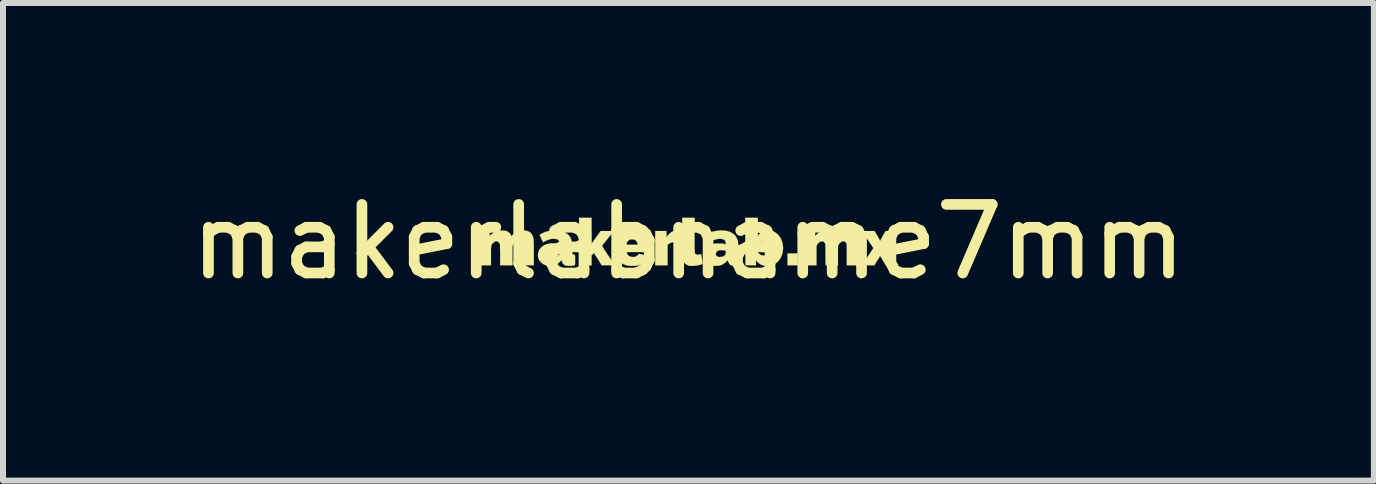
<source format=kicad_pcb>
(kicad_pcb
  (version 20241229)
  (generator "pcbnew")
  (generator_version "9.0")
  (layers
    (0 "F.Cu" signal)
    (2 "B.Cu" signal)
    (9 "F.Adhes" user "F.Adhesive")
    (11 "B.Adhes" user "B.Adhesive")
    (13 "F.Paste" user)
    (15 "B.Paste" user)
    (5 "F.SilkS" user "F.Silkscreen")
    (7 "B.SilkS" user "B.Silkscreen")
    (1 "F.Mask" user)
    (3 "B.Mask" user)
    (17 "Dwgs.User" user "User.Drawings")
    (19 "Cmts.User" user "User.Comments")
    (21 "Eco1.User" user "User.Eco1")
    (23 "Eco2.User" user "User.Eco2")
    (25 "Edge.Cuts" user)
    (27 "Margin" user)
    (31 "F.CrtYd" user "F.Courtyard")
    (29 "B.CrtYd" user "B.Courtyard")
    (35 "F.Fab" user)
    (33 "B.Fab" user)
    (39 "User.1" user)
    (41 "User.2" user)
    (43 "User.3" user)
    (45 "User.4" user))
  (footprint "makerlabname7mm"
    (layer "F.Cu")
    (at 8.426 0.981)
    (property "Reference" "makerlabname7mm" (at 0 0 0) (layer "F.SilkS") (effects (font (size 1.143 1.143) (thickness 0.178))))
    (attr through_hole)
    (fp_poly (pts (xy 1.821 0.391) (xy 1.737 0.391) (xy 1.651 0.391) (xy 1.651 0.292) (xy 1.651 0.193) (xy 1.737 0.193) (xy 1.821 0.193) (xy 1.821 0.292) (xy 1.821 0.391)) (stroke (width 0.003) (type solid)) (fill yes) (layer "F.SilkS"))
    (fp_poly (pts (xy -0.168 -0.005) (xy -0.201 -0.003) (xy -0.239 0.003) (xy -0.272 0.01) (xy -0.3 0.018) (xy -0.323 0.03) (xy -0.338 0.041) (xy -0.348 0.051) (xy -0.348 0.221) (xy -0.348 0.391) (xy -0.452 0.391) (xy -0.554 0.391) (xy -0.554 0.104) (xy -0.554 -0.18) (xy -0.46 -0.18) (xy -0.368 -0.18) (xy -0.366 -0.127) (xy -0.366 -0.074) (xy -0.351 -0.099) (xy -0.325 -0.127) (xy -0.3 -0.152) (xy -0.269 -0.17) (xy -0.236 -0.183) (xy -0.216 -0.188) (xy -0.201 -0.191) (xy -0.188 -0.191) (xy -0.178 -0.191) (xy -0.168 -0.188) (xy -0.168 -0.097) (xy -0.168 -0.005)) (stroke (width 0.003) (type solid)) (fill yes) (layer "F.SilkS"))
    (fp_poly (pts (xy -1.227 0.391) (xy -1.336 0.391) (xy -1.448 0.391) (xy -1.506 0.292) (xy -1.521 0.269) (xy -1.537 0.246) (xy -1.549 0.226) (xy -1.56 0.211) (xy -1.567 0.198) (xy -1.57 0.191) (xy -1.572 0.188) (xy -1.575 0.188) (xy -1.58 0.191) (xy -1.59 0.201) (xy -1.595 0.206) (xy -1.615 0.226) (xy -1.615 0.31) (xy -1.615 0.391) (xy -1.72 0.391) (xy -1.821 0.391) (xy -1.821 -0.005) (xy -1.824 -0.401) (xy -1.72 -0.401) (xy -1.615 -0.401) (xy -1.615 -0.185) (xy -1.613 0.028) (xy -1.539 -0.076) (xy -1.463 -0.18) (xy -1.356 -0.18) (xy -1.328 -0.18) (xy -1.306 -0.18) (xy -1.283 -0.18) (xy -1.267 -0.18) (xy -1.255 -0.18) (xy -1.25 -0.178) (xy -1.252 -0.175) (xy -1.257 -0.168) (xy -1.267 -0.155) (xy -1.28 -0.137) (xy -1.295 -0.117) (xy -1.313 -0.094) (xy -1.333 -0.069) (xy -1.344 -0.056) (xy -1.364 -0.03) (xy -1.382 -0.008) (xy -1.4 0.015) (xy -1.415 0.033) (xy -1.425 0.048) (xy -1.435 0.061) (xy -1.44 0.066) (xy -1.44 0.069) (xy -1.438 0.071) (xy -1.433 0.081) (xy -1.425 0.094) (xy -1.412 0.112) (xy -1.4 0.135) (xy -1.382 0.16) (xy -1.364 0.188) (xy -1.344 0.218) (xy -1.336 0.231) (xy -1.227 0.391)) (stroke (width 0.003) (type solid)) (fill yes) (layer "F.SilkS"))
    (fp_poly (pts (xy 0.234 0.358) (xy 0.231 0.366) (xy 0.226 0.371) (xy 0.221 0.373) (xy 0.211 0.378) (xy 0.198 0.381) (xy 0.196 0.381) (xy 0.163 0.391) (xy 0.127 0.396) (xy 0.091 0.401) (xy 0.058 0.401) (xy 0.028 0.401) (xy 0.015 0.399) (xy -0.003 0.394) (xy -0.025 0.384) (xy -0.043 0.373) (xy -0.053 0.368) (xy -0.069 0.351) (xy -0.084 0.33) (xy -0.097 0.305) (xy -0.097 0.302) (xy -0.097 0.297) (xy -0.099 0.295) (xy -0.099 0.29) (xy -0.102 0.282) (xy -0.102 0.274) (xy -0.102 0.264) (xy -0.102 0.251) (xy -0.102 0.234) (xy -0.104 0.213) (xy -0.104 0.191) (xy -0.104 0.16) (xy -0.104 0.127) (xy -0.104 0.086) (xy -0.104 0.043) (xy -0.104 -0.01) (xy -0.104 -0.058) (xy -0.104 -0.401) (xy 0 -0.401) (xy 0.104 -0.401) (xy 0.102 -0.119) (xy 0.102 -0.058) (xy 0.102 -0.003) (xy 0.102 0.046) (xy 0.102 0.086) (xy 0.102 0.119) (xy 0.104 0.145) (xy 0.104 0.163) (xy 0.104 0.175) (xy 0.104 0.178) (xy 0.112 0.196) (xy 0.124 0.208) (xy 0.142 0.213) (xy 0.163 0.216) (xy 0.178 0.211) (xy 0.191 0.208) (xy 0.201 0.206) (xy 0.206 0.206) (xy 0.208 0.206) (xy 0.211 0.211) (xy 0.213 0.218) (xy 0.216 0.234) (xy 0.218 0.251) (xy 0.224 0.277) (xy 0.224 0.284) (xy 0.229 0.31) (xy 0.231 0.33) (xy 0.234 0.345) (xy 0.234 0.358)) (stroke (width 0.003) (type solid)) (fill yes) (layer "F.SilkS"))
    (fp_poly (pts (xy 1.577 0.109) (xy 1.575 0.142) (xy 1.567 0.185) (xy 1.557 0.226) (xy 1.539 0.262) (xy 1.521 0.292) (xy 1.496 0.323) (xy 1.471 0.348) (xy 1.44 0.368) (xy 1.427 0.376) (xy 1.41 0.384) (xy 1.389 0.391) (xy 1.374 0.396) (xy 1.369 0.396) (xy 1.364 0.396) (xy 1.364 0.109) (xy 1.364 0.094) (xy 1.361 0.081) (xy 1.359 0.071) (xy 1.356 0.061) (xy 1.351 0.051) (xy 1.341 0.03) (xy 1.331 0.015) (xy 1.318 0.003) (xy 1.303 -0.005) (xy 1.28 -0.013) (xy 1.257 -0.015) (xy 1.234 -0.01) (xy 1.212 0) (xy 1.189 0.018) (xy 1.171 0.041) (xy 1.168 0.041) (xy 1.156 0.064) (xy 1.156 0.117) (xy 1.156 0.173) (xy 1.171 0.191) (xy 1.189 0.208) (xy 1.212 0.221) (xy 1.237 0.226) (xy 1.252 0.229) (xy 1.267 0.226) (xy 1.283 0.224) (xy 1.293 0.224) (xy 1.313 0.213) (xy 1.331 0.198) (xy 1.346 0.178) (xy 1.354 0.168) (xy 1.359 0.157) (xy 1.361 0.147) (xy 1.361 0.137) (xy 1.364 0.122) (xy 1.364 0.109) (xy 1.364 0.396) (xy 1.344 0.401) (xy 1.313 0.401) (xy 1.283 0.401) (xy 1.255 0.396) (xy 1.247 0.394) (xy 1.212 0.381) (xy 1.181 0.363) (xy 1.153 0.338) (xy 1.135 0.318) (xy 1.125 0.305) (xy 1.125 0.348) (xy 1.125 0.391) (xy 1.036 0.391) (xy 0.95 0.391) (xy 0.947 -0.005) (xy 0.947 -0.401) (xy 1.052 -0.401) (xy 1.156 -0.401) (xy 1.156 -0.249) (xy 1.156 -0.097) (xy 1.168 -0.117) (xy 1.191 -0.14) (xy 1.217 -0.16) (xy 1.25 -0.175) (xy 1.278 -0.185) (xy 1.295 -0.188) (xy 1.318 -0.188) (xy 1.344 -0.188) (xy 1.367 -0.188) (xy 1.384 -0.183) (xy 1.389 -0.183) (xy 1.425 -0.17) (xy 1.458 -0.15) (xy 1.488 -0.124) (xy 1.514 -0.094) (xy 1.537 -0.061) (xy 1.554 -0.023) (xy 1.567 0.02) (xy 1.575 0.064) (xy 1.577 0.109)) (stroke (width 0.003) (type solid)) (fill yes) (layer "F.SilkS"))
    (fp_poly (pts (xy -2.578 0.391) (xy -2.682 0.391) (xy -2.784 0.391) (xy -2.784 0.218) (xy -2.784 0.17) (xy -2.786 0.132) (xy -2.786 0.099) (xy -2.786 0.074) (xy -2.786 0.053) (xy -2.789 0.041) (xy -2.789 0.033) (xy -2.797 0.015) (xy -2.809 0.003) (xy -2.824 -0.008) (xy -2.842 -0.01) (xy -2.85 -0.01) (xy -2.87 -0.003) (xy -2.891 0.013) (xy -2.908 0.028) (xy -2.924 0.048) (xy -2.924 0.051) (xy -2.934 0.069) (xy -2.934 0.229) (xy -2.934 0.391) (xy -3.035 0.391) (xy -3.139 0.391) (xy -3.139 0.216) (xy -3.142 0.041) (xy -3.15 0.025) (xy -3.162 0.008) (xy -3.178 -0.005) (xy -3.193 -0.01) (xy -3.213 -0.008) (xy -3.231 0) (xy -3.251 0.015) (xy -3.256 0.018) (xy -3.264 0.028) (xy -3.272 0.033) (xy -3.277 0.041) (xy -3.282 0.048) (xy -3.284 0.056) (xy -3.287 0.066) (xy -3.289 0.079) (xy -3.289 0.094) (xy -3.292 0.114) (xy -3.292 0.14) (xy -3.292 0.17) (xy -3.292 0.206) (xy -3.292 0.231) (xy -3.292 0.391) (xy -3.396 0.391) (xy -3.498 0.394) (xy -3.498 0.107) (xy -3.498 -0.18) (xy -3.406 -0.18) (xy -3.315 -0.18) (xy -3.315 -0.14) (xy -3.315 -0.099) (xy -3.289 -0.122) (xy -3.259 -0.147) (xy -3.226 -0.165) (xy -3.19 -0.18) (xy -3.147 -0.185) (xy -3.109 -0.188) (xy -3.078 -0.188) (xy -3.053 -0.185) (xy -3.03 -0.178) (xy -3.01 -0.168) (xy -3 -0.16) (xy -2.99 -0.152) (xy -2.977 -0.14) (xy -2.967 -0.127) (xy -2.959 -0.114) (xy -2.954 -0.104) (xy -2.951 -0.099) (xy -2.949 -0.094) (xy -2.944 -0.097) (xy -2.941 -0.102) (xy -2.934 -0.112) (xy -2.924 -0.122) (xy -2.911 -0.132) (xy -2.898 -0.142) (xy -2.885 -0.152) (xy -2.878 -0.157) (xy -2.84 -0.173) (xy -2.799 -0.185) (xy -2.756 -0.191) (xy -2.718 -0.188) (xy -2.685 -0.18) (xy -2.657 -0.168) (xy -2.631 -0.15) (xy -2.611 -0.124) (xy -2.601 -0.107) (xy -2.598 -0.097) (xy -2.593 -0.089) (xy -2.591 -0.079) (xy -2.588 -0.069) (xy -2.586 -0.058) (xy -2.583 -0.043) (xy -2.581 -0.028) (xy -2.581 -0.008) (xy -2.581 0.015) (xy -2.578 0.043) (xy -2.578 0.076) (xy -2.578 0.114) (xy -2.578 0.157) (xy -2.578 0.183) (xy -2.578 0.391)) (stroke (width 0.003) (type solid)) (fill yes) (layer "F.SilkS"))
    (fp_poly (pts (xy -0.625 0.112) (xy -0.625 0.13) (xy -0.625 0.145) (xy -0.627 0.157) (xy -0.627 0.165) (xy -0.63 0.168) (xy -0.638 0.168) (xy -0.648 0.168) (xy -0.663 0.17) (xy -0.686 0.17) (xy -0.711 0.17) (xy -0.744 0.17) (xy -0.782 0.17) (xy -0.828 0.17) (xy -0.831 0.17) (xy -0.848 0.17) (xy -0.848 0.048) (xy -0.848 0.038) (xy -0.851 0.025) (xy -0.856 0.01) (xy -0.864 -0.005) (xy -0.871 -0.015) (xy -0.886 -0.028) (xy -0.904 -0.038) (xy -0.925 -0.041) (xy -0.94 -0.041) (xy -0.958 -0.041) (xy -0.97 -0.038) (xy -0.98 -0.036) (xy -0.983 -0.033) (xy -0.998 -0.023) (xy -1.013 -0.008) (xy -1.024 0.01) (xy -1.031 0.028) (xy -1.031 0.038) (xy -1.031 0.048) (xy -0.94 0.048) (xy -0.848 0.048) (xy -0.848 0.17) (xy -0.874 0.17) (xy -0.909 0.17) (xy -0.94 0.17) (xy -0.965 0.17) (xy -0.986 0.17) (xy -1.001 0.17) (xy -1.013 0.173) (xy -1.021 0.173) (xy -1.026 0.175) (xy -1.029 0.178) (xy -1.029 0.18) (xy -1.029 0.185) (xy -1.026 0.191) (xy -1.024 0.196) (xy -1.013 0.216) (xy -0.998 0.231) (xy -0.978 0.244) (xy -0.953 0.251) (xy -0.935 0.251) (xy -0.917 0.254) (xy -0.904 0.251) (xy -0.892 0.249) (xy -0.881 0.246) (xy -0.869 0.239) (xy -0.853 0.229) (xy -0.841 0.218) (xy -0.833 0.208) (xy -0.828 0.203) (xy -0.828 0.201) (xy -0.823 0.201) (xy -0.815 0.203) (xy -0.805 0.206) (xy -0.787 0.208) (xy -0.767 0.213) (xy -0.739 0.221) (xy -0.653 0.246) (xy -0.658 0.257) (xy -0.676 0.287) (xy -0.701 0.312) (xy -0.732 0.338) (xy -0.765 0.361) (xy -0.8 0.378) (xy -0.838 0.391) (xy -0.859 0.396) (xy -0.884 0.399) (xy -0.912 0.401) (xy -0.942 0.401) (xy -0.97 0.401) (xy -0.996 0.399) (xy -1.011 0.396) (xy -1.057 0.384) (xy -1.097 0.366) (xy -1.135 0.343) (xy -1.168 0.315) (xy -1.196 0.282) (xy -1.217 0.246) (xy -1.234 0.206) (xy -1.245 0.163) (xy -1.25 0.117) (xy -1.247 0.091) (xy -1.242 0.043) (xy -1.229 -0.003) (xy -1.212 -0.043) (xy -1.186 -0.079) (xy -1.158 -0.112) (xy -1.125 -0.137) (xy -1.085 -0.16) (xy -1.044 -0.175) (xy -0.996 -0.185) (xy -0.973 -0.188) (xy -0.919 -0.191) (xy -0.871 -0.185) (xy -0.826 -0.173) (xy -0.785 -0.157) (xy -0.747 -0.135) (xy -0.714 -0.109) (xy -0.683 -0.076) (xy -0.66 -0.041) (xy -0.643 0.003) (xy -0.632 0.028) (xy -0.63 0.043) (xy -0.627 0.058) (xy -0.625 0.074) (xy -0.625 0.091) (xy -0.625 0.112)) (stroke (width 0.003) (type solid)) (fill yes) (layer "F.SilkS"))
    (fp_poly (pts (xy 3.498 0.389) (xy 3.495 0.389) (xy 3.485 0.391) (xy 3.47 0.391) (xy 3.449 0.391) (xy 3.426 0.391) (xy 3.401 0.391) (xy 3.393 0.391) (xy 3.289 0.389) (xy 3.249 0.325) (xy 3.236 0.305) (xy 3.226 0.284) (xy 3.216 0.267) (xy 3.205 0.254) (xy 3.203 0.246) (xy 3.2 0.244) (xy 3.195 0.231) (xy 3.185 0.246) (xy 3.183 0.254) (xy 3.175 0.269) (xy 3.165 0.284) (xy 3.152 0.305) (xy 3.139 0.325) (xy 3.137 0.328) (xy 3.099 0.391) (xy 2.995 0.391) (xy 2.967 0.391) (xy 2.944 0.391) (xy 2.924 0.391) (xy 2.906 0.391) (xy 2.896 0.391) (xy 2.891 0.389) (xy 2.891 0.386) (xy 2.898 0.378) (xy 2.906 0.363) (xy 2.918 0.348) (xy 2.934 0.325) (xy 2.949 0.302) (xy 2.967 0.274) (xy 2.987 0.249) (xy 3.01 0.213) (xy 3.033 0.18) (xy 3.048 0.155) (xy 3.063 0.135) (xy 3.073 0.117) (xy 3.078 0.107) (xy 3.081 0.102) (xy 3.078 0.099) (xy 3.071 0.089) (xy 3.063 0.074) (xy 3.051 0.056) (xy 3.035 0.036) (xy 3.02 0.01) (xy 3.002 -0.018) (xy 2.985 -0.041) (xy 2.967 -0.069) (xy 2.949 -0.094) (xy 2.934 -0.119) (xy 2.918 -0.14) (xy 2.908 -0.157) (xy 2.901 -0.17) (xy 2.896 -0.178) (xy 2.893 -0.18) (xy 2.898 -0.18) (xy 2.906 -0.18) (xy 2.921 -0.18) (xy 2.941 -0.18) (xy 2.964 -0.18) (xy 2.992 -0.18) (xy 2.997 -0.18) (xy 3.101 -0.18) (xy 3.119 -0.15) (xy 3.127 -0.137) (xy 3.137 -0.119) (xy 3.15 -0.099) (xy 3.162 -0.079) (xy 3.165 -0.069) (xy 3.195 -0.018) (xy 3.203 -0.03) (xy 3.205 -0.038) (xy 3.213 -0.051) (xy 3.221 -0.066) (xy 3.231 -0.086) (xy 3.244 -0.107) (xy 3.246 -0.112) (xy 3.287 -0.18) (xy 3.391 -0.18) (xy 3.416 -0.18) (xy 3.442 -0.18) (xy 3.462 -0.18) (xy 3.477 -0.18) (xy 3.49 -0.18) (xy 3.495 -0.18) (xy 3.493 -0.175) (xy 3.487 -0.168) (xy 3.477 -0.155) (xy 3.467 -0.137) (xy 3.452 -0.114) (xy 3.437 -0.091) (xy 3.419 -0.064) (xy 3.401 -0.036) (xy 3.378 -0.005) (xy 3.36 0.025) (xy 3.345 0.051) (xy 3.33 0.071) (xy 3.32 0.089) (xy 3.312 0.102) (xy 3.31 0.109) (xy 3.312 0.114) (xy 3.317 0.122) (xy 3.327 0.137) (xy 3.34 0.155) (xy 3.353 0.175) (xy 3.371 0.201) (xy 3.388 0.226) (xy 3.404 0.251) (xy 3.424 0.279) (xy 3.442 0.305) (xy 3.457 0.328) (xy 3.472 0.348) (xy 3.482 0.366) (xy 3.493 0.378) (xy 3.498 0.386) (xy 3.498 0.389)) (stroke (width 0.003) (type solid)) (fill yes) (layer "F.SilkS"))
    (fp_poly (pts (xy 2.847 0.391) (xy 2.743 0.391) (xy 2.639 0.391) (xy 2.639 0.218) (xy 2.639 0.17) (xy 2.639 0.132) (xy 2.639 0.099) (xy 2.639 0.074) (xy 2.639 0.053) (xy 2.637 0.041) (xy 2.637 0.033) (xy 2.626 0.015) (xy 2.614 0.003) (xy 2.598 -0.008) (xy 2.583 -0.01) (xy 2.573 -0.01) (xy 2.555 -0.003) (xy 2.535 0.01) (xy 2.517 0.028) (xy 2.502 0.046) (xy 2.499 0.053) (xy 2.497 0.056) (xy 2.497 0.061) (xy 2.494 0.064) (xy 2.494 0.071) (xy 2.492 0.079) (xy 2.492 0.091) (xy 2.492 0.107) (xy 2.492 0.127) (xy 2.492 0.152) (xy 2.492 0.183) (xy 2.492 0.218) (xy 2.492 0.229) (xy 2.492 0.391) (xy 2.388 0.391) (xy 2.286 0.391) (xy 2.283 0.216) (xy 2.283 0.175) (xy 2.283 0.142) (xy 2.283 0.114) (xy 2.283 0.094) (xy 2.283 0.076) (xy 2.283 0.061) (xy 2.281 0.051) (xy 2.281 0.043) (xy 2.281 0.038) (xy 2.278 0.033) (xy 2.276 0.028) (xy 2.276 0.025) (xy 2.263 0.008) (xy 2.248 -0.005) (xy 2.233 -0.008) (xy 2.212 -0.008) (xy 2.207 -0.005) (xy 2.192 0) (xy 2.179 0.008) (xy 2.167 0.02) (xy 2.159 0.028) (xy 2.154 0.033) (xy 2.146 0.041) (xy 2.144 0.048) (xy 2.139 0.056) (xy 2.136 0.064) (xy 2.136 0.076) (xy 2.134 0.091) (xy 2.134 0.112) (xy 2.134 0.135) (xy 2.134 0.165) (xy 2.134 0.201) (xy 2.134 0.229) (xy 2.134 0.391) (xy 2.029 0.391) (xy 1.925 0.391) (xy 1.925 0.104) (xy 1.925 -0.18) (xy 2.019 -0.18) (xy 2.111 -0.18) (xy 2.111 -0.14) (xy 2.111 -0.099) (xy 2.136 -0.122) (xy 2.167 -0.147) (xy 2.2 -0.168) (xy 2.238 -0.18) (xy 2.278 -0.188) (xy 2.314 -0.188) (xy 2.347 -0.188) (xy 2.375 -0.183) (xy 2.4 -0.175) (xy 2.421 -0.165) (xy 2.441 -0.147) (xy 2.443 -0.145) (xy 2.454 -0.132) (xy 2.464 -0.119) (xy 2.466 -0.112) (xy 2.471 -0.102) (xy 2.477 -0.097) (xy 2.477 -0.094) (xy 2.479 -0.097) (xy 2.484 -0.104) (xy 2.487 -0.107) (xy 2.502 -0.124) (xy 2.522 -0.142) (xy 2.548 -0.157) (xy 2.573 -0.17) (xy 2.598 -0.18) (xy 2.621 -0.185) (xy 2.649 -0.188) (xy 2.68 -0.191) (xy 2.705 -0.188) (xy 2.708 -0.188) (xy 2.741 -0.18) (xy 2.769 -0.168) (xy 2.794 -0.147) (xy 2.814 -0.124) (xy 2.822 -0.107) (xy 2.827 -0.099) (xy 2.832 -0.089) (xy 2.835 -0.079) (xy 2.837 -0.069) (xy 2.84 -0.058) (xy 2.842 -0.043) (xy 2.842 -0.028) (xy 2.845 -0.008) (xy 2.845 0.015) (xy 2.845 0.043) (xy 2.845 0.076) (xy 2.845 0.114) (xy 2.847 0.16) (xy 2.847 0.183) (xy 2.847 0.391)) (stroke (width 0.003) (type solid)) (fill yes) (layer "F.SilkS"))
    (fp_poly (pts (xy 0.879 0.305) (xy 0.879 0.33) (xy 0.879 0.353) (xy 0.879 0.368) (xy 0.879 0.378) (xy 0.879 0.386) (xy 0.876 0.389) (xy 0.876 0.391) (xy 0.874 0.391) (xy 0.861 0.394) (xy 0.846 0.396) (xy 0.826 0.399) (xy 0.805 0.401) (xy 0.787 0.401) (xy 0.78 0.401) (xy 0.747 0.399) (xy 0.719 0.394) (xy 0.699 0.384) (xy 0.681 0.366) (xy 0.668 0.345) (xy 0.66 0.32) (xy 0.655 0.305) (xy 0.627 0.333) (xy 0.622 0.338) (xy 0.622 0.175) (xy 0.622 0.15) (xy 0.597 0.142) (xy 0.569 0.14) (xy 0.544 0.137) (xy 0.521 0.14) (xy 0.503 0.142) (xy 0.485 0.152) (xy 0.47 0.165) (xy 0.46 0.18) (xy 0.457 0.198) (xy 0.457 0.213) (xy 0.465 0.229) (xy 0.478 0.241) (xy 0.485 0.246) (xy 0.5 0.251) (xy 0.518 0.254) (xy 0.541 0.251) (xy 0.561 0.249) (xy 0.564 0.249) (xy 0.582 0.241) (xy 0.599 0.231) (xy 0.612 0.218) (xy 0.617 0.211) (xy 0.62 0.198) (xy 0.622 0.183) (xy 0.622 0.175) (xy 0.622 0.338) (xy 0.597 0.358) (xy 0.566 0.378) (xy 0.533 0.391) (xy 0.516 0.396) (xy 0.493 0.399) (xy 0.467 0.401) (xy 0.442 0.401) (xy 0.422 0.399) (xy 0.406 0.396) (xy 0.371 0.384) (xy 0.34 0.366) (xy 0.312 0.343) (xy 0.292 0.318) (xy 0.274 0.284) (xy 0.264 0.251) (xy 0.264 0.246) (xy 0.262 0.211) (xy 0.267 0.178) (xy 0.277 0.147) (xy 0.295 0.117) (xy 0.318 0.091) (xy 0.345 0.069) (xy 0.378 0.051) (xy 0.417 0.036) (xy 0.427 0.033) (xy 0.437 0.03) (xy 0.45 0.028) (xy 0.462 0.028) (xy 0.48 0.028) (xy 0.503 0.028) (xy 0.508 0.028) (xy 0.533 0.028) (xy 0.554 0.028) (xy 0.572 0.03) (xy 0.587 0.033) (xy 0.599 0.036) (xy 0.615 0.041) (xy 0.617 0.043) (xy 0.62 0.043) (xy 0.622 0.041) (xy 0.622 0.033) (xy 0.622 0.02) (xy 0.617 -0.003) (xy 0.61 -0.02) (xy 0.594 -0.036) (xy 0.577 -0.043) (xy 0.551 -0.048) (xy 0.536 -0.051) (xy 0.495 -0.048) (xy 0.457 -0.041) (xy 0.417 -0.028) (xy 0.378 -0.008) (xy 0.373 -0.005) (xy 0.361 0.003) (xy 0.353 0.005) (xy 0.348 0.008) (xy 0.345 0.005) (xy 0.338 -0.008) (xy 0.33 -0.023) (xy 0.323 -0.041) (xy 0.315 -0.058) (xy 0.307 -0.076) (xy 0.3 -0.091) (xy 0.295 -0.107) (xy 0.292 -0.114) (xy 0.292 -0.117) (xy 0.295 -0.122) (xy 0.305 -0.127) (xy 0.318 -0.135) (xy 0.333 -0.142) (xy 0.351 -0.15) (xy 0.368 -0.157) (xy 0.384 -0.163) (xy 0.384 -0.165) (xy 0.434 -0.178) (xy 0.488 -0.185) (xy 0.544 -0.191) (xy 0.587 -0.188) (xy 0.617 -0.185) (xy 0.645 -0.18) (xy 0.671 -0.173) (xy 0.699 -0.163) (xy 0.709 -0.157) (xy 0.742 -0.137) (xy 0.772 -0.114) (xy 0.792 -0.084) (xy 0.81 -0.051) (xy 0.82 -0.023) (xy 0.823 -0.015) (xy 0.826 -0.003) (xy 0.826 0.013) (xy 0.828 0.033) (xy 0.828 0.058) (xy 0.828 0.089) (xy 0.828 0.094) (xy 0.831 0.127) (xy 0.831 0.152) (xy 0.831 0.17) (xy 0.833 0.185) (xy 0.836 0.196) (xy 0.836 0.198) (xy 0.843 0.206) (xy 0.856 0.213) (xy 0.869 0.216) (xy 0.874 0.218) (xy 0.876 0.218) (xy 0.879 0.221) (xy 0.879 0.229) (xy 0.879 0.236) (xy 0.879 0.251) (xy 0.879 0.269) (xy 0.879 0.295) (xy 0.879 0.305)) (stroke (width 0.003) (type solid)) (fill yes) (layer "F.SilkS"))
    (fp_poly (pts (xy -1.89 0.305) (xy -1.89 0.33) (xy -1.89 0.353) (xy -1.89 0.368) (xy -1.892 0.378) (xy -1.892 0.386) (xy -1.895 0.389) (xy -1.895 0.391) (xy -1.897 0.391) (xy -1.908 0.394) (xy -1.925 0.396) (xy -1.946 0.399) (xy -1.966 0.401) (xy -1.984 0.401) (xy -1.991 0.401) (xy -2.024 0.399) (xy -2.052 0.394) (xy -2.075 0.381) (xy -2.09 0.366) (xy -2.103 0.343) (xy -2.113 0.315) (xy -2.113 0.31) (xy -2.116 0.31) (xy -2.118 0.31) (xy -2.126 0.315) (xy -2.136 0.325) (xy -2.144 0.333) (xy -2.149 0.338) (xy -2.149 0.18) (xy -2.149 0.175) (xy -2.149 0.15) (xy -2.172 0.145) (xy -2.195 0.14) (xy -2.22 0.137) (xy -2.243 0.137) (xy -2.263 0.142) (xy -2.278 0.147) (xy -2.294 0.16) (xy -2.296 0.16) (xy -2.304 0.17) (xy -2.309 0.178) (xy -2.311 0.188) (xy -2.314 0.196) (xy -2.311 0.216) (xy -2.304 0.231) (xy -2.291 0.244) (xy -2.286 0.246) (xy -2.271 0.251) (xy -2.25 0.254) (xy -2.23 0.251) (xy -2.21 0.249) (xy -2.207 0.249) (xy -2.189 0.241) (xy -2.172 0.231) (xy -2.159 0.218) (xy -2.154 0.211) (xy -2.149 0.198) (xy -2.149 0.18) (xy -2.149 0.338) (xy -2.172 0.358) (xy -2.202 0.376) (xy -2.238 0.391) (xy -2.258 0.396) (xy -2.283 0.399) (xy -2.311 0.401) (xy -2.337 0.399) (xy -2.362 0.396) (xy -2.367 0.394) (xy -2.403 0.381) (xy -2.433 0.363) (xy -2.461 0.34) (xy -2.482 0.315) (xy -2.497 0.287) (xy -2.507 0.254) (xy -2.51 0.221) (xy -2.504 0.185) (xy -2.502 0.173) (xy -2.492 0.142) (xy -2.474 0.114) (xy -2.449 0.089) (xy -2.421 0.066) (xy -2.388 0.048) (xy -2.352 0.036) (xy -2.332 0.03) (xy -2.311 0.028) (xy -2.283 0.025) (xy -2.258 0.025) (xy -2.23 0.025) (xy -2.205 0.028) (xy -2.184 0.033) (xy -2.174 0.036) (xy -2.162 0.041) (xy -2.154 0.043) (xy -2.149 0.043) (xy -2.149 0.041) (xy -2.149 0.03) (xy -2.149 0.023) (xy -2.151 0) (xy -2.162 -0.02) (xy -2.174 -0.033) (xy -2.192 -0.043) (xy -2.217 -0.048) (xy -2.248 -0.051) (xy -2.289 -0.048) (xy -2.329 -0.036) (xy -2.372 -0.02) (xy -2.398 -0.005) (xy -2.408 0) (xy -2.418 0.005) (xy -2.421 0.008) (xy -2.423 0.005) (xy -2.428 -0.005) (xy -2.436 -0.018) (xy -2.443 -0.033) (xy -2.451 -0.051) (xy -2.459 -0.069) (xy -2.466 -0.084) (xy -2.474 -0.099) (xy -2.477 -0.109) (xy -2.479 -0.117) (xy -2.477 -0.122) (xy -2.466 -0.127) (xy -2.451 -0.135) (xy -2.436 -0.142) (xy -2.418 -0.15) (xy -2.403 -0.157) (xy -2.388 -0.165) (xy -2.385 -0.165) (xy -2.339 -0.178) (xy -2.291 -0.185) (xy -2.243 -0.191) (xy -2.195 -0.188) (xy -2.149 -0.183) (xy -2.106 -0.175) (xy -2.068 -0.16) (xy -2.052 -0.152) (xy -2.019 -0.132) (xy -1.994 -0.107) (xy -1.971 -0.076) (xy -1.956 -0.043) (xy -1.953 -0.03) (xy -1.951 -0.023) (xy -1.948 -0.013) (xy -1.946 -0.003) (xy -1.946 0.008) (xy -1.943 0.023) (xy -1.943 0.041) (xy -1.943 0.064) (xy -1.941 0.094) (xy -1.941 0.127) (xy -1.941 0.152) (xy -1.938 0.17) (xy -1.938 0.185) (xy -1.935 0.196) (xy -1.935 0.198) (xy -1.928 0.206) (xy -1.915 0.213) (xy -1.902 0.216) (xy -1.897 0.218) (xy -1.895 0.218) (xy -1.892 0.221) (xy -1.892 0.229) (xy -1.89 0.236) (xy -1.89 0.251) (xy -1.89 0.269) (xy -1.89 0.295) (xy -1.89 0.305)) (stroke (width 0.003) (type solid)) (fill yes) (layer "F.SilkS")))
  (gr_rect
    (start -3 -3)
    (end 19.851 4.961)
    (stroke (width 0.1) (type default))
    (fill no)
    (layer "Edge.Cuts")))
</source>
